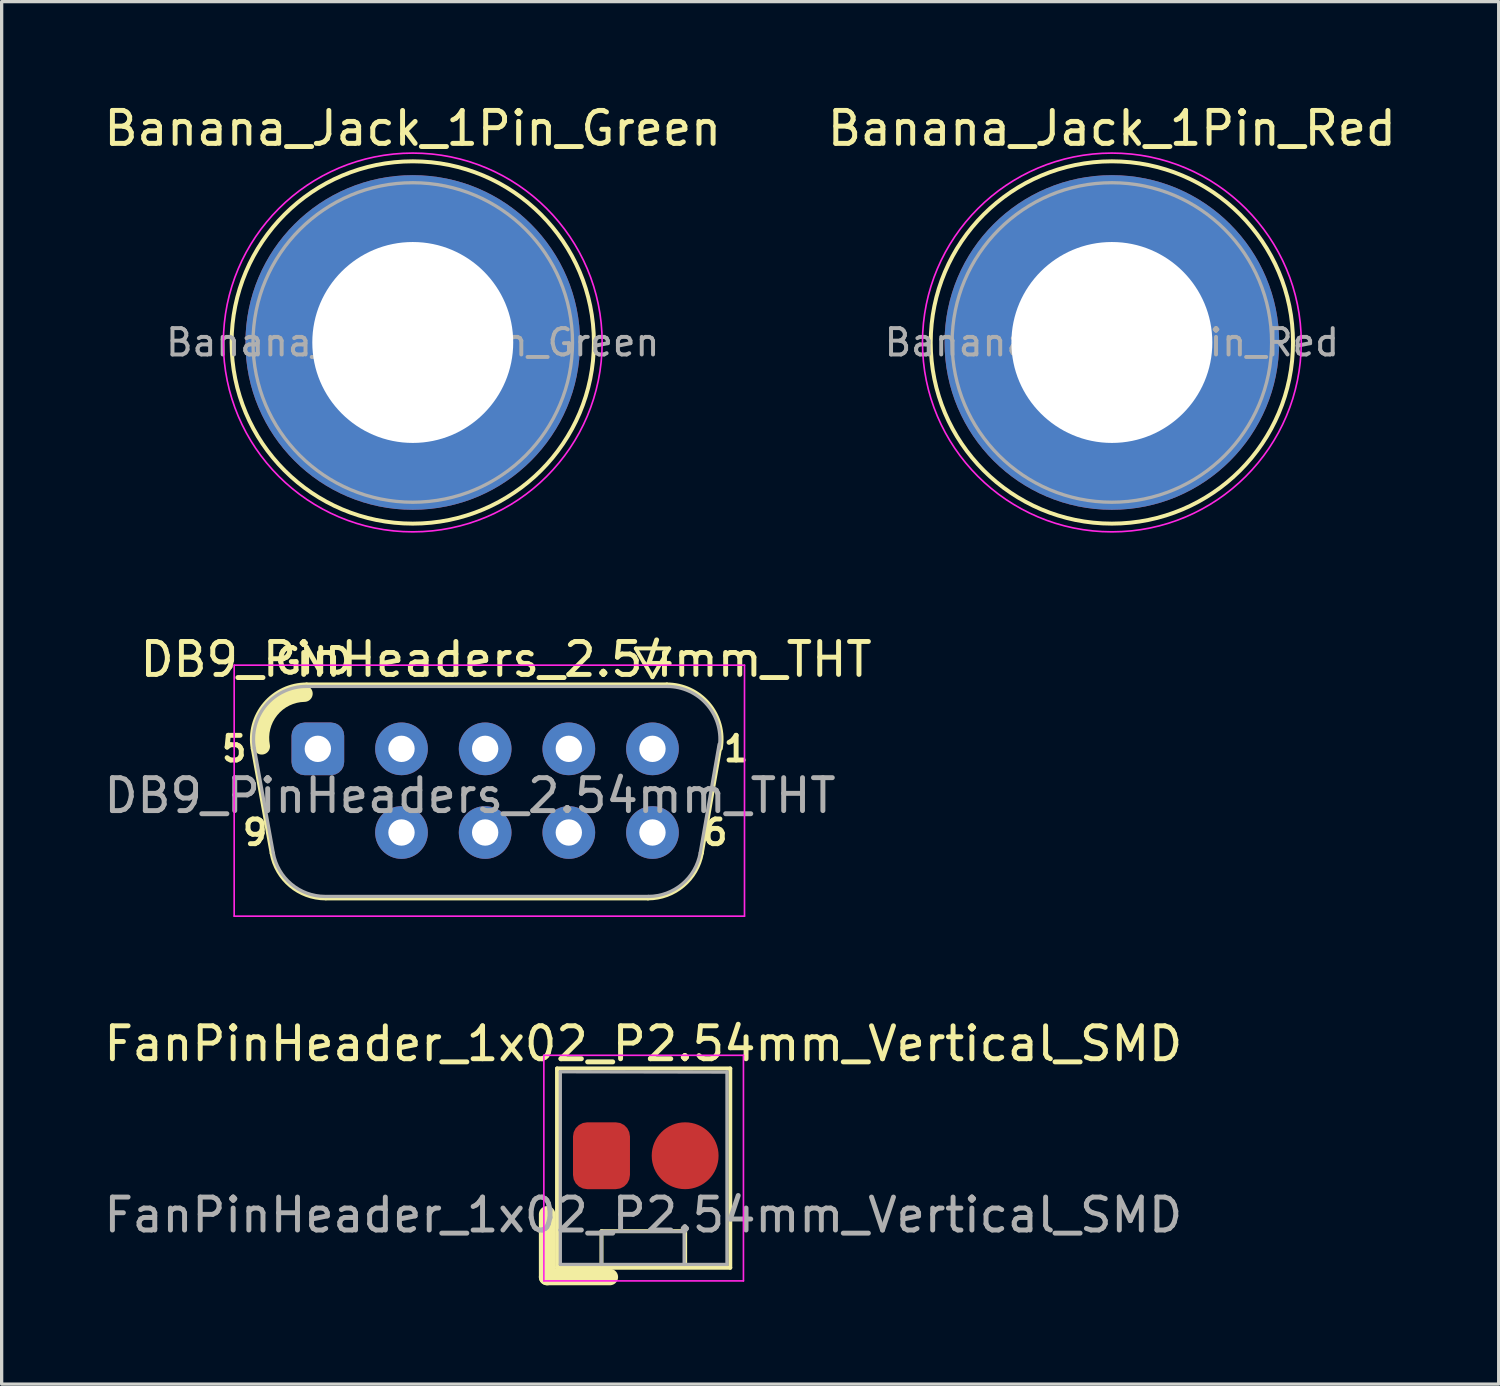
<source format=kicad_pcb>
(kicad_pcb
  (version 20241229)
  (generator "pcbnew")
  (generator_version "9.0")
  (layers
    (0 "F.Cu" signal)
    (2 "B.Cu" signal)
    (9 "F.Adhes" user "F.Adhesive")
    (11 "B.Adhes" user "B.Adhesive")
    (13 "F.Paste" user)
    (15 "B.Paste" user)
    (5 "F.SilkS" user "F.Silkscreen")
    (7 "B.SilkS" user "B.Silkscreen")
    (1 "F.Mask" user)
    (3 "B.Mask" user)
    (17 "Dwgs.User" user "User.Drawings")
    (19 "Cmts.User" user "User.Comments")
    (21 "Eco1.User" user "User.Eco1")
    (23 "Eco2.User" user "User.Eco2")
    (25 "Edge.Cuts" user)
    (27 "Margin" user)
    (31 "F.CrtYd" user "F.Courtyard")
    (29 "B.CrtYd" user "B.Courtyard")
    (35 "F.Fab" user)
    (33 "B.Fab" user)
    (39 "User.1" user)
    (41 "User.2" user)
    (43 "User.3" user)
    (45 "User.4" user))
  (footprint "DB9_PinHeaders_2.54mm_THT"
    (layer "F.Cu")
    (at 16.76 19.686)
    (property "Reference" "DB9_PinHeaders_2.54mm_THT" (at -4.445 -2.715 180) (layer "F.SilkS") (effects (font (size 1 1) (thickness 0.15))))
    (attr through_hole)
    (fp_line (start -12.136 -0.007) (end -11.562 3.169) (stroke (width 0.12) (type solid)) (layer "F.SilkS"))
    (fp_line (start -10.502 -1.955) (end 0.438 -1.955) (stroke (width 0.12) (type solid)) (layer "F.SilkS"))
    (fp_line (start -9.906 4.541) (end -0.137 4.541) (stroke (width 0.12) (type solid)) (layer "F.SilkS"))
    (fp_line (start -0.5 -3.048) (end 0 -3.048) (stroke (width 0.12) (type solid)) (layer "F.SilkS"))
    (fp_line (start -0.258 -2.615) (end -0.508 -3.048) (stroke (width 0.12) (type solid)) (layer "F.SilkS"))
    (fp_line (start 0 -2.176) (end -0.25 -2.609) (stroke (width 0.12) (type solid)) (layer "F.SilkS"))
    (fp_line (start 0.008 -3.048) (end 0.508 -3.048) (stroke (width 0.12) (type solid)) (layer "F.SilkS"))
    (fp_line (start 0.25 -2.609) (end 0 -2.176) (stroke (width 0.12) (type solid)) (layer "F.SilkS"))
    (fp_line (start 0.508 -3.048) (end 0.258 -2.615) (stroke (width 0.12) (type solid)) (layer "F.SilkS"))
    (fp_line (start 2.072 -0.134) (end 1.498 3.169) (stroke (width 0.12) (type solid)) (layer "F.SilkS"))
    (fp_arc (start -12.13647 -0.006744) (mid -11.773323 -1.362028) (end -10.501689 -1.955) (stroke (width 0.12) (type solid)) (layer "F.SilkS"))
    (fp_arc (start -11.863233 -0.076035) (mid -11.587098 -1.17789) (end -10.5664 -1.6764) (stroke (width 0.5) (type solid)) (layer "F.SilkS"))
    (fp_arc (start -9.926952 4.541) (mid -10.993979 4.152634) (end -11.561733 3.169256) (stroke (width 0.12) (type solid)) (layer "F.SilkS"))
    (fp_arc (start 0.437689 -1.955) (mid 1.709323 -1.362027) (end 2.07247 -0.006744) (stroke (width 0.12) (type solid)) (layer "F.SilkS"))
    (fp_arc (start 1.497733 3.169256) (mid 0.92998 4.152634) (end -0.137048 4.541) (stroke (width 0.12) (type solid)) (layer "F.SilkS"))
    (fp_line (start -12.7 -2.54) (end -12.7 5.08) (stroke (width 0.05) (type solid)) (layer "F.CrtYd"))
    (fp_line (start -12.7 5.08) (end 2.794 5.08) (stroke (width 0.05) (type solid)) (layer "F.CrtYd"))
    (fp_line (start 2.794 -2.54) (end -12.7 -2.54) (stroke (width 0.05) (type solid)) (layer "F.CrtYd"))
    (fp_line (start 2.794 5.08) (end 2.794 -2.54) (stroke (width 0.05) (type solid)) (layer "F.CrtYd"))
    (fp_line (start -12.089 -0.017) (end -11.514 3.159) (stroke (width 0.1) (type solid)) (layer "F.Fab"))
    (fp_line (start -10.513 -1.895) (end 0.449 -1.895) (stroke (width 0.1) (type solid)) (layer "F.Fab"))
    (fp_line (start -9.906 4.481) (end -0.126 4.481) (stroke (width 0.1) (type solid)) (layer "F.Fab"))
    (fp_line (start 2.025 -0.144) (end 1.45 3.159) (stroke (width 0.1) (type solid)) (layer "F.Fab"))
    (fp_arc (start -12.088886 -0.017163) (mid -11.738865 -1.32346) (end -10.513194 -1.895) (stroke (width 0.1) (type solid)) (layer "F.Fab"))
    (fp_arc (start -9.938457 4.481) (mid -10.966917 4.106671) (end -11.514149 3.158837) (stroke (width 0.1) (type solid)) (layer "F.Fab"))
    (fp_arc (start 0.449194 -1.895) (mid 1.674865 -1.32346) (end 2.024886 -0.017163) (stroke (width 0.1) (type solid)) (layer "F.Fab"))
    (fp_arc (start 1.450149 3.158837) (mid 0.902917 4.106671) (end -0.125543 4.481) (stroke (width 0.1) (type solid)) (layer "F.Fab"))
    (fp_text user "1" (at 2.54 0 0) (layer "F.SilkS") (effects (font (size 0.75 0.75) (thickness 0.15))))
    (fp_text user "9" (at -12.065 2.54 0) (layer "F.SilkS") (effects (font (size 0.75 0.75) (thickness 0.15))))
    (fp_text user "6" (at 1.905 2.54 0) (layer "F.SilkS") (effects (font (size 0.75 0.75) (thickness 0.15))))
    (fp_text user "GND" (at -10.287 -2.667 0) (layer "F.SilkS") (effects (font (size 0.75 0.75) (thickness 0.15))))
    (fp_text user "5" (at -12.7 0 0) (layer "F.SilkS") (effects (font (size 0.75 0.75) (thickness 0.15))))
    (fp_text user "${REFERENCE}" (at -5.54 1.42 180) (layer "F.Fab") (effects (font (size 1 1) (thickness 0.15))))
    (pad "1" thru_hole circle (at 0 0) (size 1.6 1.6) (drill 0.8) (layers "*.Cu" "*.Mask"))
    (pad "2" thru_hole circle (at -2.54 0) (size 1.6 1.6) (drill 0.8) (layers "*.Cu" "*.Mask"))
    (pad "3" thru_hole circle (at -5.08 0) (size 1.6 1.6) (drill 0.8) (layers "*.Cu" "*.Mask"))
    (pad "4" thru_hole circle (at -7.62 0) (size 1.6 1.6) (drill 0.8) (layers "*.Cu" "*.Mask"))
    (pad "5" thru_hole roundrect (at -10.16 0) (size 1.6 1.6) (drill 0.8) (layers "*.Cu" "*.Mask") (roundrect_rratio 0.25))
    (pad "6" thru_hole circle (at 0 2.54) (size 1.6 1.6) (drill 0.8) (layers "*.Cu" "*.Mask"))
    (pad "7" thru_hole circle (at -2.54 2.54) (size 1.6 1.6) (drill 0.8) (layers "*.Cu" "*.Mask"))
    (pad "8" thru_hole circle (at -5.08 2.54) (size 1.6 1.6) (drill 0.8) (layers "*.Cu" "*.Mask"))
    (pad "9" thru_hole circle (at -7.62 2.54) (size 1.6 1.6) (drill 0.8) (layers "*.Cu" "*.Mask")))
  (footprint "Banana_Jack_1Pin_Green"
    (layer "F.Cu")
    (at 9.482 7.348)
    (property "Reference" "Banana_Jack_1Pin_Green" (at 0 -6.5 0) (layer "F.SilkS") (effects (font (size 1 1) (thickness 0.15))))
    (attr through_hole)
    (fp_circle (center 0 0) (end 5.5 0) (stroke (width 0.12) (type solid)) (fill no) (layer "F.SilkS"))
    (fp_circle (center 0 0) (end 5.75 0) (stroke (width 0.05) (type solid)) (fill no) (layer "F.CrtYd"))
    (fp_circle (center 0 0) (end 2 0) (stroke (width 0.1) (type solid)) (fill no) (layer "F.Fab"))
    (fp_circle (center 0 0) (end 4.85 0.05) (stroke (width 0.1) (type solid)) (fill no) (layer "F.Fab"))
    (fp_text user "${REFERENCE}" (at 0 0 0) (layer "F.Fab") (effects (font (size 0.8 0.8) (thickness 0.12))))
    (pad "1" thru_hole circle (at 0 0) (size 10.16 10.16) (drill 6.1) (layers "*.Cu" "*.Mask")))
  (footprint "Banana_Jack_1Pin_Red"
    (layer "F.Cu")
    (at 30.708 7.348)
    (property "Reference" "Banana_Jack_1Pin_Red" (at 0 -6.5 0) (layer "F.SilkS") (effects (font (size 1 1) (thickness 0.15))))
    (attr through_hole)
    (fp_circle (center 0 0) (end 5.5 0) (stroke (width 0.12) (type solid)) (fill no) (layer "F.SilkS"))
    (fp_circle (center 0 0) (end 5.75 0) (stroke (width 0.05) (type solid)) (fill no) (layer "F.CrtYd"))
    (fp_circle (center 0 0) (end 2 0) (stroke (width 0.1) (type solid)) (fill no) (layer "F.Fab"))
    (fp_circle (center 0 0) (end 4.85 0.05) (stroke (width 0.1) (type solid)) (fill no) (layer "F.Fab"))
    (fp_text user "${REFERENCE}" (at 0 0 0) (layer "F.Fab") (effects (font (size 0.8 0.8) (thickness 0.12))))
    (pad "1" thru_hole circle (at 0 0) (size 10.16 10.16) (drill 6.1) (layers "*.Cu" "*.Mask")))
  (footprint "FanPinHeader_1x02_P2.54mm_Vertical_SMD"
    (layer "F.Cu")
    (at 15.212 32.04)
    (property "Reference" "FanPinHeader_1x02_P2.54mm_Vertical_SMD" (at 1.27 -3.4 0) (layer "F.SilkS") (effects (font (size 1 1) (thickness 0.15))))
    (attr through_hole)
    (fp_line (start -1.651 1.778) (end -1.651 3.683) (stroke (width 0.5) (type solid)) (layer "F.SilkS"))
    (fp_line (start -1.35 -2.65) (end 3.91 -2.65) (stroke (width 0.12) (type solid)) (layer "F.SilkS"))
    (fp_line (start -1.35 3.4) (end -1.35 -2.65) (stroke (width 0.12) (type solid)) (layer "F.SilkS"))
    (fp_line (start 0 2.29) (end 2.54 2.29) (stroke (width 0.12) (type solid)) (layer "F.SilkS"))
    (fp_line (start 0 3.3) (end 0 2.29) (stroke (width 0.12) (type solid)) (layer "F.SilkS"))
    (fp_line (start 0.254 3.683) (end -1.651 3.683) (stroke (width 0.5) (type solid)) (layer "F.SilkS"))
    (fp_line (start 2.54 2.29) (end 2.54 3.3) (stroke (width 0.12) (type solid)) (layer "F.SilkS"))
    (fp_line (start 3.91 -2.65) (end 3.91 3.4) (stroke (width 0.12) (type solid)) (layer "F.SilkS"))
    (fp_line (start 3.91 3.4) (end -1.35 3.4) (stroke (width 0.12) (type solid)) (layer "F.SilkS"))
    (fp_line (start -1.75 3.8) (end -1.75 -3.05) (stroke (width 0.05) (type solid)) (layer "F.CrtYd"))
    (fp_line (start -1.75 3.8) (end 4.31 3.8) (stroke (width 0.05) (type solid)) (layer "F.CrtYd"))
    (fp_line (start 4.31 -3.05) (end -1.75 -3.05) (stroke (width 0.05) (type solid)) (layer "F.CrtYd"))
    (fp_line (start 4.31 -3.05) (end 4.31 3.8) (stroke (width 0.05) (type solid)) (layer "F.CrtYd"))
    (fp_line (start -1.25 -2.55) (end 3.81 -2.54) (stroke (width 0.1) (type solid)) (layer "F.Fab"))
    (fp_line (start -1.25 3.3) (end -1.25 -2.55) (stroke (width 0.1) (type solid)) (layer "F.Fab"))
    (fp_line (start 0 2.3) (end 0 3.3) (stroke (width 0.1) (type solid)) (layer "F.Fab"))
    (fp_line (start 2.51 3.3) (end 2.51 2.3) (stroke (width 0.1) (type solid)) (layer "F.Fab"))
    (fp_line (start 2.54 2.3) (end 0 2.3) (stroke (width 0.1) (type solid)) (layer "F.Fab"))
    (fp_line (start 3.81 -2.55) (end 3.81 3.3) (stroke (width 0.1) (type solid)) (layer "F.Fab"))
    (fp_line (start 3.81 3.3) (end -1.25 3.3) (stroke (width 0.1) (type solid)) (layer "F.Fab"))
    (fp_text user "${REFERENCE}" (at 1.27 1.8 0) (layer "F.Fab") (effects (font (size 1 1) (thickness 0.15))))
    (pad "1" smd roundrect (at 0 0 90) (size 2.03 1.73) (layers "F.Cu" "F.Mask" "F.Paste") (roundrect_rratio 0.25))
    (pad "2" smd circle (at 2.54 0 90) (size 2.03 2.03) (layers "F.Cu" "F.Mask" "F.Paste")))
  (gr_rect
    (start -3 -3)
    (end 42.452 38.973)
    (stroke (width 0.1) (type default))
    (fill no)
    (layer "Edge.Cuts")))
</source>
